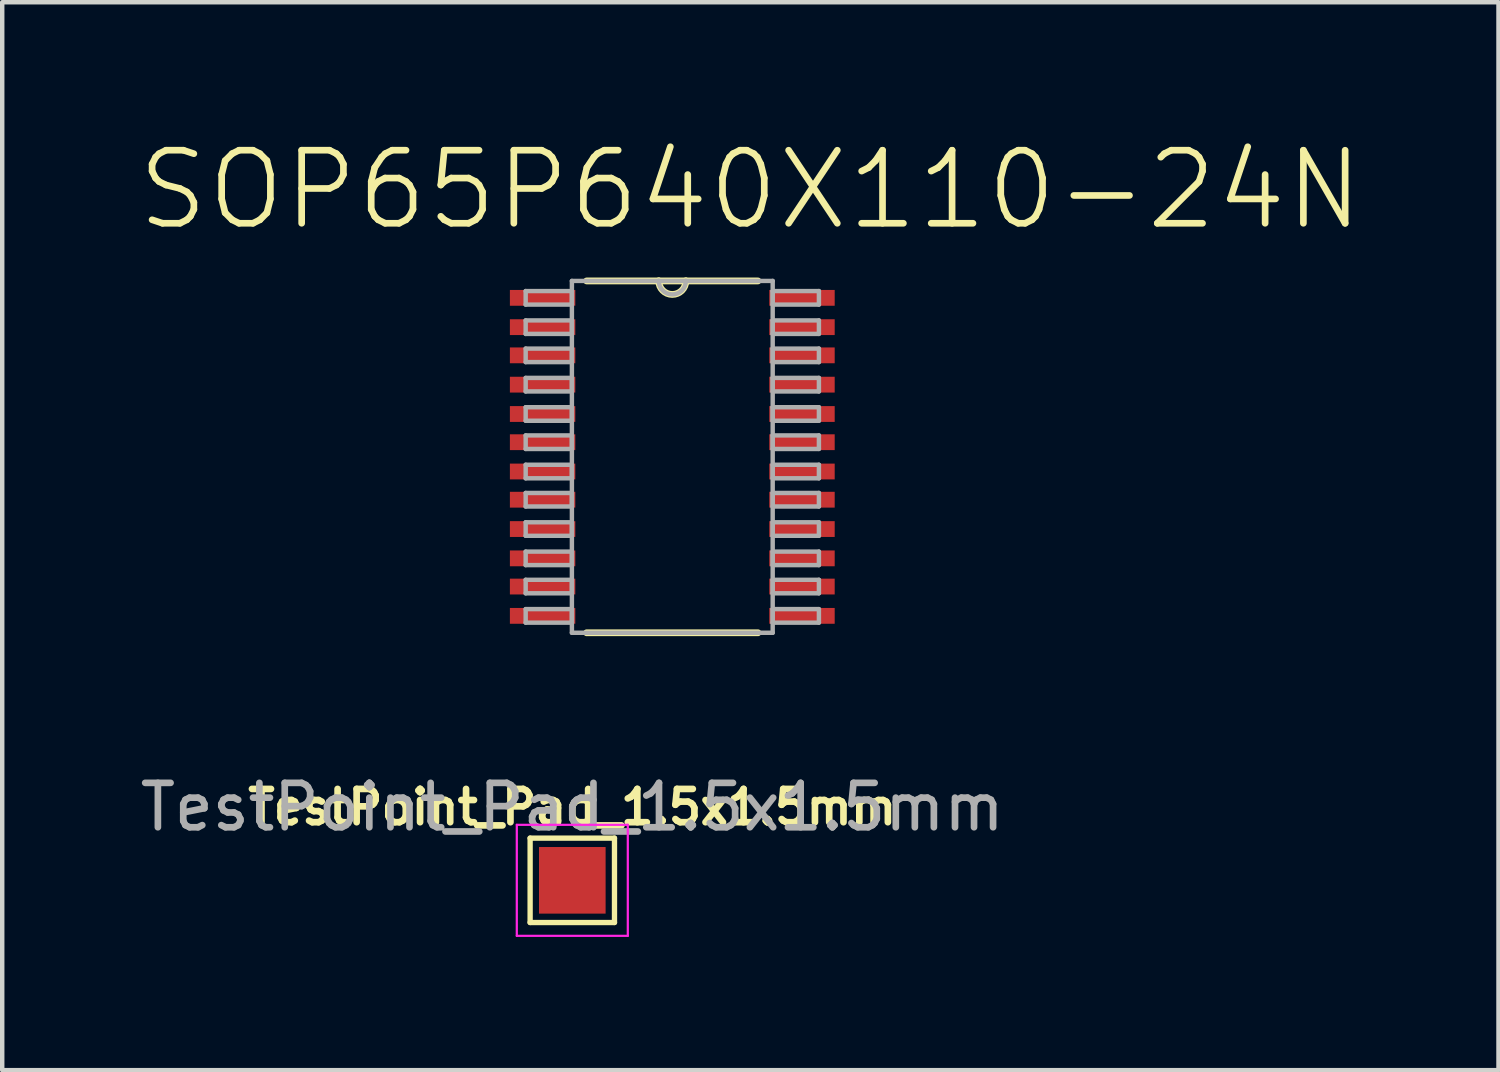
<source format=kicad_pcb>
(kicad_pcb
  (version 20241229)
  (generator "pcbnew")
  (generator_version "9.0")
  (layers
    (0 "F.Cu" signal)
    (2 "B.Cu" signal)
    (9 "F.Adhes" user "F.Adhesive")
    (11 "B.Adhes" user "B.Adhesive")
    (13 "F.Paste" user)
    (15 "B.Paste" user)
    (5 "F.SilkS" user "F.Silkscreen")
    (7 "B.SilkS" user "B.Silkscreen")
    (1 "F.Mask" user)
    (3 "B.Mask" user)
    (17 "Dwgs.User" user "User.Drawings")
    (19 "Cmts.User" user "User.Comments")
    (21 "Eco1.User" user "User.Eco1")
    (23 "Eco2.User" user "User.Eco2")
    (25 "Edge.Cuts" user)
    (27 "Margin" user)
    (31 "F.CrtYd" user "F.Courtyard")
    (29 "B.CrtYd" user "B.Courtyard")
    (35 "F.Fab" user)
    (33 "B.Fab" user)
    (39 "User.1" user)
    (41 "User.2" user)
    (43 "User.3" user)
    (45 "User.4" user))
  (footprint "SOP65P640X110-24N"
    (layer "F.Cu")
    (at 12.091 7.239)
    (property "Reference" "SOP65P640X110-24N" (at 1.758 -6.014 0) (layer "F.SilkS") (effects (font (size 1.645 1.645) (thickness 0.15))))
    (attr smd)
    (fp_line (start -1.93 3.962) (end 1.93 3.962) (stroke (width 0.152) (type solid)) (layer "F.SilkS"))
    (fp_line (start -0.305 -3.962) (end -1.93 -3.962) (stroke (width 0.152) (type solid)) (layer "F.SilkS"))
    (fp_line (start 0.305 -3.962) (end -0.305 -3.962) (stroke (width 0.152) (type solid)) (layer "F.SilkS"))
    (fp_line (start 1.93 -3.962) (end 0.305 -3.962) (stroke (width 0.152) (type solid)) (layer "F.SilkS"))
    (fp_arc (start 0.3048 -3.9624) (mid 0 -3.6576) (end -0.3048 -3.9624) (stroke (width 0.1524) (type solid)) (layer "F.SilkS"))
    (fp_line (start -3.302 -3.734) (end -3.302 -3.429) (stroke (width 0.1) (type solid)) (layer "F.Fab"))
    (fp_line (start -3.302 -3.429) (end -2.261 -3.429) (stroke (width 0.1) (type solid)) (layer "F.Fab"))
    (fp_line (start -3.302 -3.073) (end -3.302 -2.769) (stroke (width 0.1) (type solid)) (layer "F.Fab"))
    (fp_line (start -3.302 -2.769) (end -2.261 -2.769) (stroke (width 0.1) (type solid)) (layer "F.Fab"))
    (fp_line (start -3.302 -2.438) (end -3.302 -2.134) (stroke (width 0.1) (type solid)) (layer "F.Fab"))
    (fp_line (start -3.302 -2.134) (end -2.261 -2.134) (stroke (width 0.1) (type solid)) (layer "F.Fab"))
    (fp_line (start -3.302 -1.778) (end -3.302 -1.473) (stroke (width 0.1) (type solid)) (layer "F.Fab"))
    (fp_line (start -3.302 -1.473) (end -2.261 -1.473) (stroke (width 0.1) (type solid)) (layer "F.Fab"))
    (fp_line (start -3.302 -1.118) (end -3.302 -0.813) (stroke (width 0.1) (type solid)) (layer "F.Fab"))
    (fp_line (start -3.302 -0.813) (end -2.261 -0.813) (stroke (width 0.1) (type solid)) (layer "F.Fab"))
    (fp_line (start -3.302 -0.483) (end -3.302 -0.178) (stroke (width 0.1) (type solid)) (layer "F.Fab"))
    (fp_line (start -3.302 -0.178) (end -2.261 -0.178) (stroke (width 0.1) (type solid)) (layer "F.Fab"))
    (fp_line (start -3.302 0.178) (end -3.302 0.483) (stroke (width 0.1) (type solid)) (layer "F.Fab"))
    (fp_line (start -3.302 0.483) (end -2.261 0.483) (stroke (width 0.1) (type solid)) (layer "F.Fab"))
    (fp_line (start -3.302 0.813) (end -3.302 1.118) (stroke (width 0.1) (type solid)) (layer "F.Fab"))
    (fp_line (start -3.302 1.118) (end -2.261 1.118) (stroke (width 0.1) (type solid)) (layer "F.Fab"))
    (fp_line (start -3.302 1.473) (end -3.302 1.778) (stroke (width 0.1) (type solid)) (layer "F.Fab"))
    (fp_line (start -3.302 1.778) (end -2.261 1.778) (stroke (width 0.1) (type solid)) (layer "F.Fab"))
    (fp_line (start -3.302 2.134) (end -3.302 2.438) (stroke (width 0.1) (type solid)) (layer "F.Fab"))
    (fp_line (start -3.302 2.438) (end -2.261 2.438) (stroke (width 0.1) (type solid)) (layer "F.Fab"))
    (fp_line (start -3.302 2.769) (end -3.302 3.073) (stroke (width 0.1) (type solid)) (layer "F.Fab"))
    (fp_line (start -3.302 3.073) (end -2.261 3.073) (stroke (width 0.1) (type solid)) (layer "F.Fab"))
    (fp_line (start -3.302 3.429) (end -3.302 3.734) (stroke (width 0.1) (type solid)) (layer "F.Fab"))
    (fp_line (start -3.302 3.734) (end -2.261 3.734) (stroke (width 0.1) (type solid)) (layer "F.Fab"))
    (fp_line (start -2.261 -3.962) (end -2.261 3.962) (stroke (width 0.1) (type solid)) (layer "F.Fab"))
    (fp_line (start -2.261 -3.734) (end -3.302 -3.734) (stroke (width 0.1) (type solid)) (layer "F.Fab"))
    (fp_line (start -2.261 -3.429) (end -2.261 -3.734) (stroke (width 0.1) (type solid)) (layer "F.Fab"))
    (fp_line (start -2.261 -3.073) (end -3.302 -3.073) (stroke (width 0.1) (type solid)) (layer "F.Fab"))
    (fp_line (start -2.261 -2.769) (end -2.261 -3.073) (stroke (width 0.1) (type solid)) (layer "F.Fab"))
    (fp_line (start -2.261 -2.438) (end -3.302 -2.438) (stroke (width 0.1) (type solid)) (layer "F.Fab"))
    (fp_line (start -2.261 -2.134) (end -2.261 -2.438) (stroke (width 0.1) (type solid)) (layer "F.Fab"))
    (fp_line (start -2.261 -1.778) (end -3.302 -1.778) (stroke (width 0.1) (type solid)) (layer "F.Fab"))
    (fp_line (start -2.261 -1.473) (end -2.261 -1.778) (stroke (width 0.1) (type solid)) (layer "F.Fab"))
    (fp_line (start -2.261 -1.118) (end -3.302 -1.118) (stroke (width 0.1) (type solid)) (layer "F.Fab"))
    (fp_line (start -2.261 -0.813) (end -2.261 -1.118) (stroke (width 0.1) (type solid)) (layer "F.Fab"))
    (fp_line (start -2.261 -0.483) (end -3.302 -0.483) (stroke (width 0.1) (type solid)) (layer "F.Fab"))
    (fp_line (start -2.261 -0.178) (end -2.261 -0.483) (stroke (width 0.1) (type solid)) (layer "F.Fab"))
    (fp_line (start -2.261 0.178) (end -3.302 0.178) (stroke (width 0.1) (type solid)) (layer "F.Fab"))
    (fp_line (start -2.261 0.483) (end -2.261 0.178) (stroke (width 0.1) (type solid)) (layer "F.Fab"))
    (fp_line (start -2.261 0.813) (end -3.302 0.813) (stroke (width 0.1) (type solid)) (layer "F.Fab"))
    (fp_line (start -2.261 1.118) (end -2.261 0.813) (stroke (width 0.1) (type solid)) (layer "F.Fab"))
    (fp_line (start -2.261 1.473) (end -3.302 1.473) (stroke (width 0.1) (type solid)) (layer "F.Fab"))
    (fp_line (start -2.261 1.778) (end -2.261 1.473) (stroke (width 0.1) (type solid)) (layer "F.Fab"))
    (fp_line (start -2.261 2.134) (end -3.302 2.134) (stroke (width 0.1) (type solid)) (layer "F.Fab"))
    (fp_line (start -2.261 2.438) (end -2.261 2.134) (stroke (width 0.1) (type solid)) (layer "F.Fab"))
    (fp_line (start -2.261 2.769) (end -3.302 2.769) (stroke (width 0.1) (type solid)) (layer "F.Fab"))
    (fp_line (start -2.261 3.073) (end -2.261 2.769) (stroke (width 0.1) (type solid)) (layer "F.Fab"))
    (fp_line (start -2.261 3.429) (end -3.302 3.429) (stroke (width 0.1) (type solid)) (layer "F.Fab"))
    (fp_line (start -2.261 3.734) (end -2.261 3.429) (stroke (width 0.1) (type solid)) (layer "F.Fab"))
    (fp_line (start -2.261 3.962) (end 2.261 3.962) (stroke (width 0.1) (type solid)) (layer "F.Fab"))
    (fp_line (start -0.305 -3.962) (end -2.261 -3.962) (stroke (width 0.1) (type solid)) (layer "F.Fab"))
    (fp_line (start 0.305 -3.962) (end -0.305 -3.962) (stroke (width 0.1) (type solid)) (layer "F.Fab"))
    (fp_line (start 2.261 -3.962) (end 0.305 -3.962) (stroke (width 0.1) (type solid)) (layer "F.Fab"))
    (fp_line (start 2.261 -3.734) (end 2.261 -3.429) (stroke (width 0.1) (type solid)) (layer "F.Fab"))
    (fp_line (start 2.261 -3.429) (end 3.302 -3.429) (stroke (width 0.1) (type solid)) (layer "F.Fab"))
    (fp_line (start 2.261 -3.073) (end 2.261 -2.769) (stroke (width 0.1) (type solid)) (layer "F.Fab"))
    (fp_line (start 2.261 -2.769) (end 3.302 -2.769) (stroke (width 0.1) (type solid)) (layer "F.Fab"))
    (fp_line (start 2.261 -2.438) (end 2.261 -2.134) (stroke (width 0.1) (type solid)) (layer "F.Fab"))
    (fp_line (start 2.261 -2.134) (end 3.302 -2.134) (stroke (width 0.1) (type solid)) (layer "F.Fab"))
    (fp_line (start 2.261 -1.778) (end 2.261 -1.473) (stroke (width 0.1) (type solid)) (layer "F.Fab"))
    (fp_line (start 2.261 -1.473) (end 3.302 -1.473) (stroke (width 0.1) (type solid)) (layer "F.Fab"))
    (fp_line (start 2.261 -1.118) (end 2.261 -0.813) (stroke (width 0.1) (type solid)) (layer "F.Fab"))
    (fp_line (start 2.261 -0.813) (end 3.302 -0.813) (stroke (width 0.1) (type solid)) (layer "F.Fab"))
    (fp_line (start 2.261 -0.483) (end 2.261 -0.178) (stroke (width 0.1) (type solid)) (layer "F.Fab"))
    (fp_line (start 2.261 -0.178) (end 3.302 -0.178) (stroke (width 0.1) (type solid)) (layer "F.Fab"))
    (fp_line (start 2.261 0.178) (end 2.261 0.483) (stroke (width 0.1) (type solid)) (layer "F.Fab"))
    (fp_line (start 2.261 0.483) (end 3.302 0.483) (stroke (width 0.1) (type solid)) (layer "F.Fab"))
    (fp_line (start 2.261 0.813) (end 2.261 1.118) (stroke (width 0.1) (type solid)) (layer "F.Fab"))
    (fp_line (start 2.261 1.118) (end 3.302 1.118) (stroke (width 0.1) (type solid)) (layer "F.Fab"))
    (fp_line (start 2.261 1.473) (end 2.261 1.778) (stroke (width 0.1) (type solid)) (layer "F.Fab"))
    (fp_line (start 2.261 1.778) (end 3.302 1.778) (stroke (width 0.1) (type solid)) (layer "F.Fab"))
    (fp_line (start 2.261 2.134) (end 2.261 2.438) (stroke (width 0.1) (type solid)) (layer "F.Fab"))
    (fp_line (start 2.261 2.438) (end 3.302 2.438) (stroke (width 0.1) (type solid)) (layer "F.Fab"))
    (fp_line (start 2.261 2.769) (end 2.261 3.073) (stroke (width 0.1) (type solid)) (layer "F.Fab"))
    (fp_line (start 2.261 3.073) (end 3.302 3.073) (stroke (width 0.1) (type solid)) (layer "F.Fab"))
    (fp_line (start 2.261 3.429) (end 2.261 3.734) (stroke (width 0.1) (type solid)) (layer "F.Fab"))
    (fp_line (start 2.261 3.734) (end 3.302 3.734) (stroke (width 0.1) (type solid)) (layer "F.Fab"))
    (fp_line (start 2.261 3.962) (end 2.261 -3.962) (stroke (width 0.1) (type solid)) (layer "F.Fab"))
    (fp_line (start 3.302 -3.734) (end 2.261 -3.734) (stroke (width 0.1) (type solid)) (layer "F.Fab"))
    (fp_line (start 3.302 -3.429) (end 3.302 -3.734) (stroke (width 0.1) (type solid)) (layer "F.Fab"))
    (fp_line (start 3.302 -3.073) (end 2.261 -3.073) (stroke (width 0.1) (type solid)) (layer "F.Fab"))
    (fp_line (start 3.302 -2.769) (end 3.302 -3.073) (stroke (width 0.1) (type solid)) (layer "F.Fab"))
    (fp_line (start 3.302 -2.438) (end 2.261 -2.438) (stroke (width 0.1) (type solid)) (layer "F.Fab"))
    (fp_line (start 3.302 -2.134) (end 3.302 -2.438) (stroke (width 0.1) (type solid)) (layer "F.Fab"))
    (fp_line (start 3.302 -1.778) (end 2.261 -1.778) (stroke (width 0.1) (type solid)) (layer "F.Fab"))
    (fp_line (start 3.302 -1.473) (end 3.302 -1.778) (stroke (width 0.1) (type solid)) (layer "F.Fab"))
    (fp_line (start 3.302 -1.118) (end 2.261 -1.118) (stroke (width 0.1) (type solid)) (layer "F.Fab"))
    (fp_line (start 3.302 -0.813) (end 3.302 -1.118) (stroke (width 0.1) (type solid)) (layer "F.Fab"))
    (fp_line (start 3.302 -0.483) (end 2.261 -0.483) (stroke (width 0.1) (type solid)) (layer "F.Fab"))
    (fp_line (start 3.302 -0.178) (end 3.302 -0.483) (stroke (width 0.1) (type solid)) (layer "F.Fab"))
    (fp_line (start 3.302 0.178) (end 2.261 0.178) (stroke (width 0.1) (type solid)) (layer "F.Fab"))
    (fp_line (start 3.302 0.483) (end 3.302 0.178) (stroke (width 0.1) (type solid)) (layer "F.Fab"))
    (fp_line (start 3.302 0.813) (end 2.261 0.813) (stroke (width 0.1) (type solid)) (layer "F.Fab"))
    (fp_line (start 3.302 1.118) (end 3.302 0.813) (stroke (width 0.1) (type solid)) (layer "F.Fab"))
    (fp_line (start 3.302 1.473) (end 2.261 1.473) (stroke (width 0.1) (type solid)) (layer "F.Fab"))
    (fp_line (start 3.302 1.778) (end 3.302 1.473) (stroke (width 0.1) (type solid)) (layer "F.Fab"))
    (fp_line (start 3.302 2.134) (end 2.261 2.134) (stroke (width 0.1) (type solid)) (layer "F.Fab"))
    (fp_line (start 3.302 2.438) (end 3.302 2.134) (stroke (width 0.1) (type solid)) (layer "F.Fab"))
    (fp_line (start 3.302 2.769) (end 2.261 2.769) (stroke (width 0.1) (type solid)) (layer "F.Fab"))
    (fp_line (start 3.302 3.073) (end 3.302 2.769) (stroke (width 0.1) (type solid)) (layer "F.Fab"))
    (fp_line (start 3.302 3.429) (end 2.261 3.429) (stroke (width 0.1) (type solid)) (layer "F.Fab"))
    (fp_line (start 3.302 3.734) (end 3.302 3.429) (stroke (width 0.1) (type solid)) (layer "F.Fab"))
    (fp_arc (start 0.3048 -3.9624) (mid 0 -3.6576) (end -0.3048 -3.9624) (stroke (width 0.1) (type solid)) (layer "F.Fab"))
    (pad "1" smd rect (at -2.921 -3.581) (size 1.473 0.356) (layers "F.Cu" "F.Mask" "F.Paste"))
    (pad "2" smd rect (at -2.921 -2.921) (size 1.473 0.356) (layers "F.Cu" "F.Mask" "F.Paste"))
    (pad "3" smd rect (at -2.921 -2.286) (size 1.473 0.356) (layers "F.Cu" "F.Mask" "F.Paste"))
    (pad "4" smd rect (at -2.921 -1.626) (size 1.473 0.356) (layers "F.Cu" "F.Mask" "F.Paste"))
    (pad "5" smd rect (at -2.921 -0.965) (size 1.473 0.356) (layers "F.Cu" "F.Mask" "F.Paste"))
    (pad "6" smd rect (at -2.921 -0.33) (size 1.473 0.356) (layers "F.Cu" "F.Mask" "F.Paste"))
    (pad "7" smd rect (at -2.921 0.33) (size 1.473 0.356) (layers "F.Cu" "F.Mask" "F.Paste"))
    (pad "8" smd rect (at -2.921 0.965) (size 1.473 0.356) (layers "F.Cu" "F.Mask" "F.Paste"))
    (pad "9" smd rect (at -2.921 1.626) (size 1.473 0.356) (layers "F.Cu" "F.Mask" "F.Paste"))
    (pad "10" smd rect (at -2.921 2.286) (size 1.473 0.356) (layers "F.Cu" "F.Mask" "F.Paste"))
    (pad "11" smd rect (at -2.921 2.921) (size 1.473 0.356) (layers "F.Cu" "F.Mask" "F.Paste"))
    (pad "12" smd rect (at -2.921 3.581) (size 1.473 0.356) (layers "F.Cu" "F.Mask" "F.Paste"))
    (pad "13" smd rect (at 2.921 3.581) (size 1.473 0.356) (layers "F.Cu" "F.Mask" "F.Paste"))
    (pad "14" smd rect (at 2.921 2.921) (size 1.473 0.356) (layers "F.Cu" "F.Mask" "F.Paste"))
    (pad "15" smd rect (at 2.921 2.286) (size 1.473 0.356) (layers "F.Cu" "F.Mask" "F.Paste"))
    (pad "16" smd rect (at 2.921 1.626) (size 1.473 0.356) (layers "F.Cu" "F.Mask" "F.Paste"))
    (pad "17" smd rect (at 2.921 0.965) (size 1.473 0.356) (layers "F.Cu" "F.Mask" "F.Paste"))
    (pad "18" smd rect (at 2.921 0.33) (size 1.473 0.356) (layers "F.Cu" "F.Mask" "F.Paste"))
    (pad "19" smd rect (at 2.921 -0.33) (size 1.473 0.356) (layers "F.Cu" "F.Mask" "F.Paste"))
    (pad "20" smd rect (at 2.921 -0.965) (size 1.473 0.356) (layers "F.Cu" "F.Mask" "F.Paste"))
    (pad "21" smd rect (at 2.921 -1.626) (size 1.473 0.356) (layers "F.Cu" "F.Mask" "F.Paste"))
    (pad "22" smd rect (at 2.921 -2.286) (size 1.473 0.356) (layers "F.Cu" "F.Mask" "F.Paste"))
    (pad "23" smd rect (at 2.921 -2.921) (size 1.473 0.356) (layers "F.Cu" "F.Mask" "F.Paste"))
    (pad "24" smd rect (at 2.921 -3.581) (size 1.473 0.356) (layers "F.Cu" "F.Mask" "F.Paste")))
  (footprint "TestPoint_Pad_1.5x1.5mm"
    (layer "F.Cu")
    (at 9.839 16.776)
    (property "Reference" "TestPoint_Pad_1.5x1.5mm" (at 0 -1.648 0) (layer "F.SilkS") (effects (font (size 0.75 0.75) (thickness 0.15))))
    (attr exclude_from_pos_files)
    (fp_line (start -0.95 -0.95) (end 0.95 -0.95) (stroke (width 0.12) (type solid)) (layer "F.SilkS"))
    (fp_line (start -0.95 0.95) (end -0.95 -0.95) (stroke (width 0.12) (type solid)) (layer "F.SilkS"))
    (fp_line (start 0.95 -0.95) (end 0.95 0.95) (stroke (width 0.12) (type solid)) (layer "F.SilkS"))
    (fp_line (start 0.95 0.95) (end -0.95 0.95) (stroke (width 0.12) (type solid)) (layer "F.SilkS"))
    (fp_line (start -1.25 -1.25) (end -1.25 1.25) (stroke (width 0.05) (type solid)) (layer "F.CrtYd"))
    (fp_line (start -1.25 -1.25) (end 1.25 -1.25) (stroke (width 0.05) (type solid)) (layer "F.CrtYd"))
    (fp_line (start 1.25 1.25) (end -1.25 1.25) (stroke (width 0.05) (type solid)) (layer "F.CrtYd"))
    (fp_line (start 1.25 1.25) (end 1.25 -1.25) (stroke (width 0.05) (type solid)) (layer "F.CrtYd"))
    (fp_text user "${REFERENCE}" (at 0 -1.65 0) (layer "F.Fab") (effects (font (size 1 1) (thickness 0.15))))
    (pad "1" smd rect (at 0 0) (size 1.5 1.5) (layers "F.Cu" "F.Mask")))
  (gr_rect
    (start -3 -3)
    (end 30.698 21.051)
    (stroke (width 0.1) (type default))
    (fill no)
    (layer "Edge.Cuts")))
</source>
